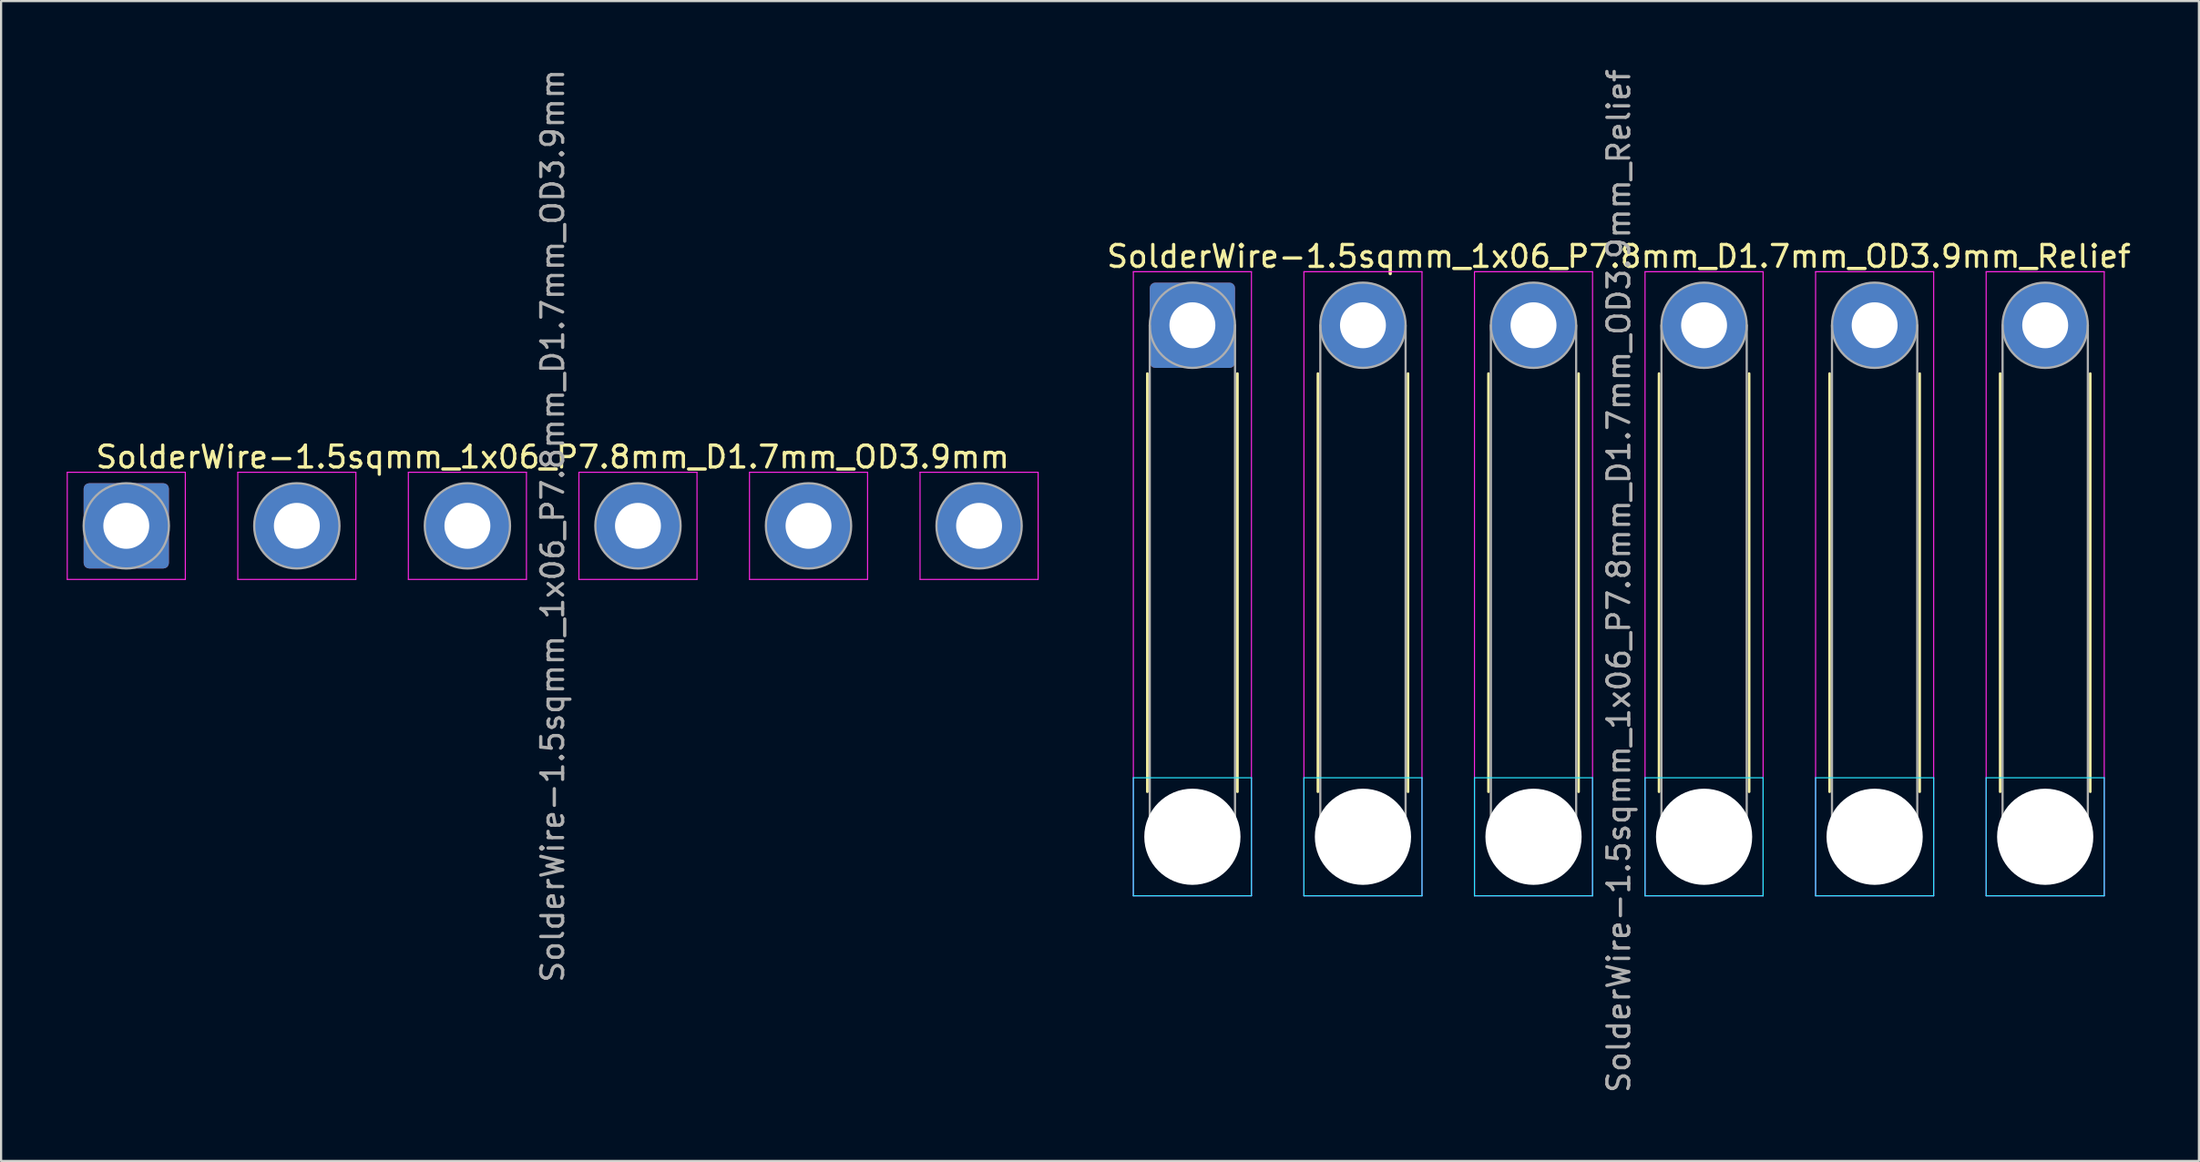
<source format=kicad_pcb>
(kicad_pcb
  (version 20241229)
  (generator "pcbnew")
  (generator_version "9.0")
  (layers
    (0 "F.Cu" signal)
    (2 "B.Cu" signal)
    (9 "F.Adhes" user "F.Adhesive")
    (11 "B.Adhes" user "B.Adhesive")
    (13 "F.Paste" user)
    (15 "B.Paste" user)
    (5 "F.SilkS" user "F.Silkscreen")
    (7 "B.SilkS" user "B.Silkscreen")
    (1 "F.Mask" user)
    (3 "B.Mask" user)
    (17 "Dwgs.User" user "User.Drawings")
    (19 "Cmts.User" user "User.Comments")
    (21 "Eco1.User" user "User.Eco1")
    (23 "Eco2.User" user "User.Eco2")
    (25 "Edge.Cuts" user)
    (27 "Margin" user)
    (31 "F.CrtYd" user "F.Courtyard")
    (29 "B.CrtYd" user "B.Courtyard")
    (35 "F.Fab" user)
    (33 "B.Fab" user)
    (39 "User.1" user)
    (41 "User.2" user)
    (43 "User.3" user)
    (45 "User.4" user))
  (footprint "SolderWire-1.5sqmm_1x06_P7.8mm_D1.7mm_OD3.9mm"
    (layer "F.Cu")
    (at 2.725 21.006)
    (property "Reference" "SolderWire-1.5sqmm_1x06_P7.8mm_D1.7mm_OD3.9mm" (at 19.5 -3.15 0) (layer "F.SilkS") (effects (font (size 1 1) (thickness 0.15))))
    (attr exclude_from_pos_files exclude_from_bom)
    (fp_line (start -2.7 -2.45) (end -2.7 2.45) (stroke (width 0.05) (type solid)) (layer "F.CrtYd"))
    (fp_line (start -2.7 2.45) (end 2.7 2.45) (stroke (width 0.05) (type solid)) (layer "F.CrtYd"))
    (fp_line (start 2.7 -2.45) (end -2.7 -2.45) (stroke (width 0.05) (type solid)) (layer "F.CrtYd"))
    (fp_line (start 2.7 2.45) (end 2.7 -2.45) (stroke (width 0.05) (type solid)) (layer "F.CrtYd"))
    (fp_line (start 5.1 -2.45) (end 5.1 2.45) (stroke (width 0.05) (type solid)) (layer "F.CrtYd"))
    (fp_line (start 5.1 2.45) (end 10.5 2.45) (stroke (width 0.05) (type solid)) (layer "F.CrtYd"))
    (fp_line (start 10.5 -2.45) (end 5.1 -2.45) (stroke (width 0.05) (type solid)) (layer "F.CrtYd"))
    (fp_line (start 10.5 2.45) (end 10.5 -2.45) (stroke (width 0.05) (type solid)) (layer "F.CrtYd"))
    (fp_line (start 12.9 -2.45) (end 12.9 2.45) (stroke (width 0.05) (type solid)) (layer "F.CrtYd"))
    (fp_line (start 12.9 2.45) (end 18.3 2.45) (stroke (width 0.05) (type solid)) (layer "F.CrtYd"))
    (fp_line (start 18.3 -2.45) (end 12.9 -2.45) (stroke (width 0.05) (type solid)) (layer "F.CrtYd"))
    (fp_line (start 18.3 2.45) (end 18.3 -2.45) (stroke (width 0.05) (type solid)) (layer "F.CrtYd"))
    (fp_line (start 20.7 -2.45) (end 20.7 2.45) (stroke (width 0.05) (type solid)) (layer "F.CrtYd"))
    (fp_line (start 20.7 2.45) (end 26.1 2.45) (stroke (width 0.05) (type solid)) (layer "F.CrtYd"))
    (fp_line (start 26.1 -2.45) (end 20.7 -2.45) (stroke (width 0.05) (type solid)) (layer "F.CrtYd"))
    (fp_line (start 26.1 2.45) (end 26.1 -2.45) (stroke (width 0.05) (type solid)) (layer "F.CrtYd"))
    (fp_line (start 28.5 -2.45) (end 28.5 2.45) (stroke (width 0.05) (type solid)) (layer "F.CrtYd"))
    (fp_line (start 28.5 2.45) (end 33.9 2.45) (stroke (width 0.05) (type solid)) (layer "F.CrtYd"))
    (fp_line (start 33.9 -2.45) (end 28.5 -2.45) (stroke (width 0.05) (type solid)) (layer "F.CrtYd"))
    (fp_line (start 33.9 2.45) (end 33.9 -2.45) (stroke (width 0.05) (type solid)) (layer "F.CrtYd"))
    (fp_line (start 36.3 -2.45) (end 36.3 2.45) (stroke (width 0.05) (type solid)) (layer "F.CrtYd"))
    (fp_line (start 36.3 2.45) (end 41.7 2.45) (stroke (width 0.05) (type solid)) (layer "F.CrtYd"))
    (fp_line (start 41.7 -2.45) (end 36.3 -2.45) (stroke (width 0.05) (type solid)) (layer "F.CrtYd"))
    (fp_line (start 41.7 2.45) (end 41.7 -2.45) (stroke (width 0.05) (type solid)) (layer "F.CrtYd"))
    (fp_circle (center 0 0) (end 1.95 0) (stroke (width 0.1) (type solid)) (fill no) (layer "F.Fab"))
    (fp_circle (center 7.8 0) (end 9.75 0) (stroke (width 0.1) (type solid)) (fill no) (layer "F.Fab"))
    (fp_circle (center 15.6 0) (end 17.55 0) (stroke (width 0.1) (type solid)) (fill no) (layer "F.Fab"))
    (fp_circle (center 23.4 0) (end 25.35 0) (stroke (width 0.1) (type solid)) (fill no) (layer "F.Fab"))
    (fp_circle (center 31.2 0) (end 33.15 0) (stroke (width 0.1) (type solid)) (fill no) (layer "F.Fab"))
    (fp_circle (center 39 0) (end 40.95 0) (stroke (width 0.1) (type solid)) (fill no) (layer "F.Fab"))
    (fp_text user "${REFERENCE}" (at 19.5 0 90) (layer "F.Fab") (effects (font (size 1 1) (thickness 0.15))))
    (pad "1" thru_hole roundrect (at 0 0) (size 3.9 3.9) (drill 2.1) (layers "*.Cu" "*.Mask") (roundrect_rratio 0.064))
    (pad "2" thru_hole circle (at 7.8 0) (size 3.9 3.9) (drill 2.1) (layers "*.Cu" "*.Mask"))
    (pad "3" thru_hole circle (at 15.6 0) (size 3.9 3.9) (drill 2.1) (layers "*.Cu" "*.Mask"))
    (pad "4" thru_hole circle (at 23.4 0) (size 3.9 3.9) (drill 2.1) (layers "*.Cu" "*.Mask"))
    (pad "5" thru_hole circle (at 31.2 0) (size 3.9 3.9) (drill 2.1) (layers "*.Cu" "*.Mask"))
    (pad "6" thru_hole circle (at 39 0) (size 3.9 3.9) (drill 2.1) (layers "*.Cu" "*.Mask")))
  (footprint "SolderWire-1.5sqmm_1x06_P7.8mm_D1.7mm_OD3.9mm_Relief"
    (layer "F.Cu")
    (at 51.48 11.83)
    (property "Reference" "SolderWire-1.5sqmm_1x06_P7.8mm_D1.7mm_OD3.9mm_Relief" (at 19.5 -3.15 0) (layer "F.SilkS") (effects (font (size 1 1) (thickness 0.15))))
    (attr exclude_from_pos_files exclude_from_bom)
    (fp_line (start -2.06 2.21) (end -2.06 21.34) (stroke (width 0.12) (type solid)) (layer "F.SilkS"))
    (fp_line (start 2.06 2.21) (end 2.06 21.34) (stroke (width 0.12) (type solid)) (layer "F.SilkS"))
    (fp_line (start 5.74 2.21) (end 5.74 21.34) (stroke (width 0.12) (type solid)) (layer "F.SilkS"))
    (fp_line (start 9.86 2.21) (end 9.86 21.34) (stroke (width 0.12) (type solid)) (layer "F.SilkS"))
    (fp_line (start 13.54 2.21) (end 13.54 21.34) (stroke (width 0.12) (type solid)) (layer "F.SilkS"))
    (fp_line (start 17.66 2.21) (end 17.66 21.34) (stroke (width 0.12) (type solid)) (layer "F.SilkS"))
    (fp_line (start 21.34 2.21) (end 21.34 21.34) (stroke (width 0.12) (type solid)) (layer "F.SilkS"))
    (fp_line (start 25.46 2.21) (end 25.46 21.34) (stroke (width 0.12) (type solid)) (layer "F.SilkS"))
    (fp_line (start 29.14 2.21) (end 29.14 21.34) (stroke (width 0.12) (type solid)) (layer "F.SilkS"))
    (fp_line (start 33.26 2.21) (end 33.26 21.34) (stroke (width 0.12) (type solid)) (layer "F.SilkS"))
    (fp_line (start 36.94 2.21) (end 36.94 21.34) (stroke (width 0.12) (type solid)) (layer "F.SilkS"))
    (fp_line (start 41.06 2.21) (end 41.06 21.34) (stroke (width 0.12) (type solid)) (layer "F.SilkS"))
    (fp_line (start -2.7 20.7) (end -2.7 26.1) (stroke (width 0.05) (type solid)) (layer "B.CrtYd"))
    (fp_line (start -2.7 26.1) (end 2.7 26.1) (stroke (width 0.05) (type solid)) (layer "B.CrtYd"))
    (fp_line (start 2.7 20.7) (end -2.7 20.7) (stroke (width 0.05) (type solid)) (layer "B.CrtYd"))
    (fp_line (start 2.7 26.1) (end 2.7 20.7) (stroke (width 0.05) (type solid)) (layer "B.CrtYd"))
    (fp_line (start 5.1 20.7) (end 5.1 26.1) (stroke (width 0.05) (type solid)) (layer "B.CrtYd"))
    (fp_line (start 5.1 26.1) (end 10.5 26.1) (stroke (width 0.05) (type solid)) (layer "B.CrtYd"))
    (fp_line (start 10.5 20.7) (end 5.1 20.7) (stroke (width 0.05) (type solid)) (layer "B.CrtYd"))
    (fp_line (start 10.5 26.1) (end 10.5 20.7) (stroke (width 0.05) (type solid)) (layer "B.CrtYd"))
    (fp_line (start 12.9 20.7) (end 12.9 26.1) (stroke (width 0.05) (type solid)) (layer "B.CrtYd"))
    (fp_line (start 12.9 26.1) (end 18.3 26.1) (stroke (width 0.05) (type solid)) (layer "B.CrtYd"))
    (fp_line (start 18.3 20.7) (end 12.9 20.7) (stroke (width 0.05) (type solid)) (layer "B.CrtYd"))
    (fp_line (start 18.3 26.1) (end 18.3 20.7) (stroke (width 0.05) (type solid)) (layer "B.CrtYd"))
    (fp_line (start 20.7 20.7) (end 20.7 26.1) (stroke (width 0.05) (type solid)) (layer "B.CrtYd"))
    (fp_line (start 20.7 26.1) (end 26.1 26.1) (stroke (width 0.05) (type solid)) (layer "B.CrtYd"))
    (fp_line (start 26.1 20.7) (end 20.7 20.7) (stroke (width 0.05) (type solid)) (layer "B.CrtYd"))
    (fp_line (start 26.1 26.1) (end 26.1 20.7) (stroke (width 0.05) (type solid)) (layer "B.CrtYd"))
    (fp_line (start 28.5 20.7) (end 28.5 26.1) (stroke (width 0.05) (type solid)) (layer "B.CrtYd"))
    (fp_line (start 28.5 26.1) (end 33.9 26.1) (stroke (width 0.05) (type solid)) (layer "B.CrtYd"))
    (fp_line (start 33.9 20.7) (end 28.5 20.7) (stroke (width 0.05) (type solid)) (layer "B.CrtYd"))
    (fp_line (start 33.9 26.1) (end 33.9 20.7) (stroke (width 0.05) (type solid)) (layer "B.CrtYd"))
    (fp_line (start 36.3 20.7) (end 36.3 26.1) (stroke (width 0.05) (type solid)) (layer "B.CrtYd"))
    (fp_line (start 36.3 26.1) (end 41.7 26.1) (stroke (width 0.05) (type solid)) (layer "B.CrtYd"))
    (fp_line (start 41.7 20.7) (end 36.3 20.7) (stroke (width 0.05) (type solid)) (layer "B.CrtYd"))
    (fp_line (start 41.7 26.1) (end 41.7 20.7) (stroke (width 0.05) (type solid)) (layer "B.CrtYd"))
    (fp_line (start -2.7 -2.45) (end -2.7 26.1) (stroke (width 0.05) (type solid)) (layer "F.CrtYd"))
    (fp_line (start -2.7 26.1) (end 2.7 26.1) (stroke (width 0.05) (type solid)) (layer "F.CrtYd"))
    (fp_line (start 2.7 -2.45) (end -2.7 -2.45) (stroke (width 0.05) (type solid)) (layer "F.CrtYd"))
    (fp_line (start 2.7 26.1) (end 2.7 -2.45) (stroke (width 0.05) (type solid)) (layer "F.CrtYd"))
    (fp_line (start 5.1 -2.45) (end 5.1 26.1) (stroke (width 0.05) (type solid)) (layer "F.CrtYd"))
    (fp_line (start 5.1 26.1) (end 10.5 26.1) (stroke (width 0.05) (type solid)) (layer "F.CrtYd"))
    (fp_line (start 10.5 -2.45) (end 5.1 -2.45) (stroke (width 0.05) (type solid)) (layer "F.CrtYd"))
    (fp_line (start 10.5 26.1) (end 10.5 -2.45) (stroke (width 0.05) (type solid)) (layer "F.CrtYd"))
    (fp_line (start 12.9 -2.45) (end 12.9 26.1) (stroke (width 0.05) (type solid)) (layer "F.CrtYd"))
    (fp_line (start 12.9 26.1) (end 18.3 26.1) (stroke (width 0.05) (type solid)) (layer "F.CrtYd"))
    (fp_line (start 18.3 -2.45) (end 12.9 -2.45) (stroke (width 0.05) (type solid)) (layer "F.CrtYd"))
    (fp_line (start 18.3 26.1) (end 18.3 -2.45) (stroke (width 0.05) (type solid)) (layer "F.CrtYd"))
    (fp_line (start 20.7 -2.45) (end 20.7 26.1) (stroke (width 0.05) (type solid)) (layer "F.CrtYd"))
    (fp_line (start 20.7 26.1) (end 26.1 26.1) (stroke (width 0.05) (type solid)) (layer "F.CrtYd"))
    (fp_line (start 26.1 -2.45) (end 20.7 -2.45) (stroke (width 0.05) (type solid)) (layer "F.CrtYd"))
    (fp_line (start 26.1 26.1) (end 26.1 -2.45) (stroke (width 0.05) (type solid)) (layer "F.CrtYd"))
    (fp_line (start 28.5 -2.45) (end 28.5 26.1) (stroke (width 0.05) (type solid)) (layer "F.CrtYd"))
    (fp_line (start 28.5 26.1) (end 33.9 26.1) (stroke (width 0.05) (type solid)) (layer "F.CrtYd"))
    (fp_line (start 33.9 -2.45) (end 28.5 -2.45) (stroke (width 0.05) (type solid)) (layer "F.CrtYd"))
    (fp_line (start 33.9 26.1) (end 33.9 -2.45) (stroke (width 0.05) (type solid)) (layer "F.CrtYd"))
    (fp_line (start 36.3 -2.45) (end 36.3 26.1) (stroke (width 0.05) (type solid)) (layer "F.CrtYd"))
    (fp_line (start 36.3 26.1) (end 41.7 26.1) (stroke (width 0.05) (type solid)) (layer "F.CrtYd"))
    (fp_line (start 41.7 -2.45) (end 36.3 -2.45) (stroke (width 0.05) (type solid)) (layer "F.CrtYd"))
    (fp_line (start 41.7 26.1) (end 41.7 -2.45) (stroke (width 0.05) (type solid)) (layer "F.CrtYd"))
    (fp_line (start -1.95 0) (end -1.95 23.4) (stroke (width 0.1) (type solid)) (layer "F.Fab"))
    (fp_line (start 1.95 0) (end 1.95 23.4) (stroke (width 0.1) (type solid)) (layer "F.Fab"))
    (fp_line (start 5.85 0) (end 5.85 23.4) (stroke (width 0.1) (type solid)) (layer "F.Fab"))
    (fp_line (start 9.75 0) (end 9.75 23.4) (stroke (width 0.1) (type solid)) (layer "F.Fab"))
    (fp_line (start 13.65 0) (end 13.65 23.4) (stroke (width 0.1) (type solid)) (layer "F.Fab"))
    (fp_line (start 17.55 0) (end 17.55 23.4) (stroke (width 0.1) (type solid)) (layer "F.Fab"))
    (fp_line (start 21.45 0) (end 21.45 23.4) (stroke (width 0.1) (type solid)) (layer "F.Fab"))
    (fp_line (start 25.35 0) (end 25.35 23.4) (stroke (width 0.1) (type solid)) (layer "F.Fab"))
    (fp_line (start 29.25 0) (end 29.25 23.4) (stroke (width 0.1) (type solid)) (layer "F.Fab"))
    (fp_line (start 33.15 0) (end 33.15 23.4) (stroke (width 0.1) (type solid)) (layer "F.Fab"))
    (fp_line (start 37.05 0) (end 37.05 23.4) (stroke (width 0.1) (type solid)) (layer "F.Fab"))
    (fp_line (start 40.95 0) (end 40.95 23.4) (stroke (width 0.1) (type solid)) (layer "F.Fab"))
    (fp_circle (center 0 0) (end 1.95 0) (stroke (width 0.1) (type solid)) (fill no) (layer "F.Fab"))
    (fp_circle (center 0 23.4) (end 1.95 23.4) (stroke (width 0.1) (type solid)) (fill no) (layer "F.Fab"))
    (fp_circle (center 7.8 0) (end 9.75 0) (stroke (width 0.1) (type solid)) (fill no) (layer "F.Fab"))
    (fp_circle (center 7.8 23.4) (end 9.75 23.4) (stroke (width 0.1) (type solid)) (fill no) (layer "F.Fab"))
    (fp_circle (center 15.6 0) (end 17.55 0) (stroke (width 0.1) (type solid)) (fill no) (layer "F.Fab"))
    (fp_circle (center 15.6 23.4) (end 17.55 23.4) (stroke (width 0.1) (type solid)) (fill no) (layer "F.Fab"))
    (fp_circle (center 23.4 0) (end 25.35 0) (stroke (width 0.1) (type solid)) (fill no) (layer "F.Fab"))
    (fp_circle (center 23.4 23.4) (end 25.35 23.4) (stroke (width 0.1) (type solid)) (fill no) (layer "F.Fab"))
    (fp_circle (center 31.2 0) (end 33.15 0) (stroke (width 0.1) (type solid)) (fill no) (layer "F.Fab"))
    (fp_circle (center 31.2 23.4) (end 33.15 23.4) (stroke (width 0.1) (type solid)) (fill no) (layer "F.Fab"))
    (fp_circle (center 39 0) (end 40.95 0) (stroke (width 0.1) (type solid)) (fill no) (layer "F.Fab"))
    (fp_circle (center 39 23.4) (end 40.95 23.4) (stroke (width 0.1) (type solid)) (fill no) (layer "F.Fab"))
    (fp_text user "${REFERENCE}" (at 19.5 11.7 90) (layer "F.Fab") (effects (font (size 1 1) (thickness 0.15))))
    (pad "" np_thru_hole circle (at 0 23.4) (size 4.4 4.4) (drill 4.4) (layers "*.Cu" "*.Mask"))
    (pad "" np_thru_hole circle (at 7.8 23.4) (size 4.4 4.4) (drill 4.4) (layers "*.Cu" "*.Mask"))
    (pad "" np_thru_hole circle (at 15.6 23.4) (size 4.4 4.4) (drill 4.4) (layers "*.Cu" "*.Mask"))
    (pad "" np_thru_hole circle (at 23.4 23.4) (size 4.4 4.4) (drill 4.4) (layers "*.Cu" "*.Mask"))
    (pad "" np_thru_hole circle (at 31.2 23.4) (size 4.4 4.4) (drill 4.4) (layers "*.Cu" "*.Mask"))
    (pad "" np_thru_hole circle (at 39 23.4) (size 4.4 4.4) (drill 4.4) (layers "*.Cu" "*.Mask"))
    (pad "1" thru_hole roundrect (at 0 0) (size 3.9 3.9) (drill 2.1) (layers "*.Cu" "*.Mask") (roundrect_rratio 0.064))
    (pad "2" thru_hole circle (at 7.8 0) (size 3.9 3.9) (drill 2.1) (layers "*.Cu" "*.Mask"))
    (pad "3" thru_hole circle (at 15.6 0) (size 3.9 3.9) (drill 2.1) (layers "*.Cu" "*.Mask"))
    (pad "4" thru_hole circle (at 23.4 0) (size 3.9 3.9) (drill 2.1) (layers "*.Cu" "*.Mask"))
    (pad "5" thru_hole circle (at 31.2 0) (size 3.9 3.9) (drill 2.1) (layers "*.Cu" "*.Mask"))
    (pad "6" thru_hole circle (at 39 0) (size 3.9 3.9) (drill 2.1) (layers "*.Cu" "*.Mask")))
  (gr_rect
    (start -3 -3)
    (end 97.51 50.06)
    (stroke (width 0.1) (type default))
    (fill no)
    (layer "Edge.Cuts")))
</source>
